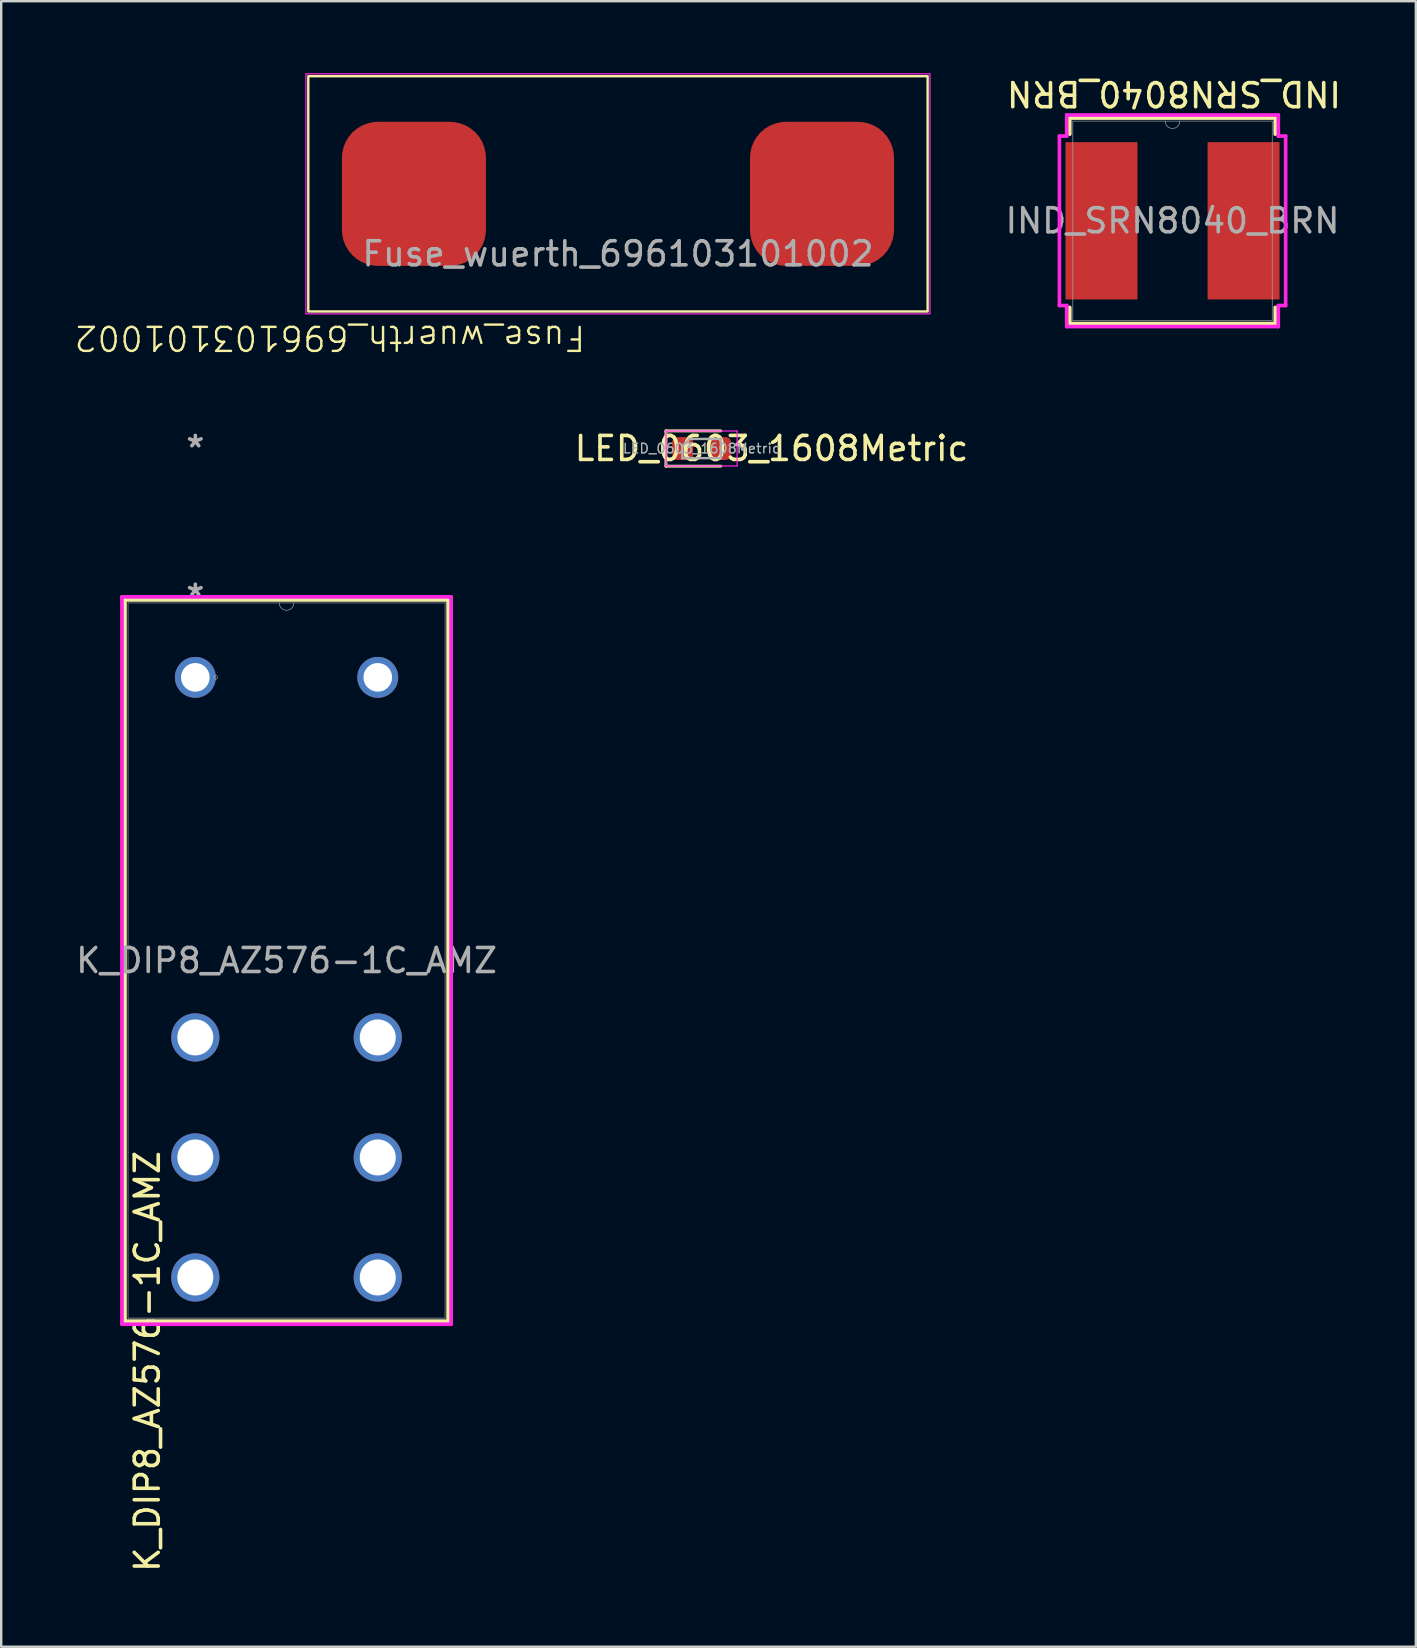
<source format=kicad_pcb>
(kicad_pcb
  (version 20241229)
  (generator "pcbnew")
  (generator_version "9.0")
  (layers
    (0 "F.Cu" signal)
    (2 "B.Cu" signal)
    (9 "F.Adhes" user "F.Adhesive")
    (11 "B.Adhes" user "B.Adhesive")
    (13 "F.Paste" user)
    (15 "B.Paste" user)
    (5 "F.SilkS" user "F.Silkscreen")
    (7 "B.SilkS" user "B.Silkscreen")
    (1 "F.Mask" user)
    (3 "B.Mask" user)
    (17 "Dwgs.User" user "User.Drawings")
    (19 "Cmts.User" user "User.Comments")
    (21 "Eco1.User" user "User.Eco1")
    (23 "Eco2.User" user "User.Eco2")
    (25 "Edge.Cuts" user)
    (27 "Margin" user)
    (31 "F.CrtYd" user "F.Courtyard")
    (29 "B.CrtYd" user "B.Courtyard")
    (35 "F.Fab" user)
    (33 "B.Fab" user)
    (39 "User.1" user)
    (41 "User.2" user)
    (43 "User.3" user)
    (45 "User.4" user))
  (footprint "Fuse_wuerth_696103101002"
    (layer "F.Cu")
    (at 22.693 5.025)
    (property "Reference" "Fuse_wuerth_696103101002" (at -12 6 180) (unlocked yes) (layer "F.SilkS") (effects (font (size 1 1) (thickness 0.1))))
    (attr smd)
    (fp_rect (start -12.9 -4.9) (end 12.9 4.9) (stroke (width 0.1) (type default)) (fill no) (layer "F.SilkS"))
    (fp_rect (start -13 -5) (end 13 5) (stroke (width 0.05) (type default)) (fill no) (layer "F.CrtYd"))
    (fp_text user "${REFERENCE}" (at 0 2.5 0) (unlocked yes) (layer "F.Fab") (effects (font (size 1 1) (thickness 0.15))))
    (pad "1" smd roundrect (at -8.5 0) (size 6 6) (layers "F.Cu" "F.Mask" "F.Paste") (roundrect_rratio 0.25))
    (pad "2" smd roundrect (at 8.5 0) (size 6 6) (layers "F.Cu" "F.Mask" "F.Paste") (roundrect_rratio 0.25)))
  (footprint "IND_SRN8040_BRN"
    (layer "F.Cu")
    (at 45.795 6.148)
    (property "Reference" "IND_SRN8040_BRN" (at 0.059 -5.3 180) (unlocked yes) (layer "F.SilkS") (effects (font (size 1 1) (thickness 0.15))))
    (attr smd)
    (fp_line (start -4.28 -4.28) (end -4.28 -3.609) (stroke (width 0.152) (type solid)) (layer "F.SilkS"))
    (fp_line (start -4.28 3.609) (end -4.28 4.28) (stroke (width 0.152) (type solid)) (layer "F.SilkS"))
    (fp_line (start -4.28 4.28) (end 4.28 4.28) (stroke (width 0.152) (type solid)) (layer "F.SilkS"))
    (fp_line (start 4.28 -4.28) (end -4.28 -4.28) (stroke (width 0.152) (type solid)) (layer "F.SilkS"))
    (fp_line (start 4.28 -3.609) (end 4.28 -4.28) (stroke (width 0.152) (type solid)) (layer "F.SilkS"))
    (fp_line (start 4.28 4.28) (end 4.28 3.609) (stroke (width 0.152) (type solid)) (layer "F.SilkS"))
    (fp_line (start -4.712 -3.531) (end -4.407 -3.531) (stroke (width 0.152) (type solid)) (layer "F.CrtYd"))
    (fp_line (start -4.712 3.531) (end -4.712 -3.531) (stroke (width 0.152) (type solid)) (layer "F.CrtYd"))
    (fp_line (start -4.712 3.531) (end -4.407 3.531) (stroke (width 0.152) (type solid)) (layer "F.CrtYd"))
    (fp_line (start -4.407 -4.407) (end 4.407 -4.407) (stroke (width 0.152) (type solid)) (layer "F.CrtYd"))
    (fp_line (start -4.407 -3.531) (end -4.407 -4.407) (stroke (width 0.152) (type solid)) (layer "F.CrtYd"))
    (fp_line (start -4.407 4.407) (end -4.407 3.531) (stroke (width 0.152) (type solid)) (layer "F.CrtYd"))
    (fp_line (start 4.407 -4.407) (end 4.407 -3.531) (stroke (width 0.152) (type solid)) (layer "F.CrtYd"))
    (fp_line (start 4.407 3.531) (end 4.407 4.407) (stroke (width 0.152) (type solid)) (layer "F.CrtYd"))
    (fp_line (start 4.407 4.407) (end -4.407 4.407) (stroke (width 0.152) (type solid)) (layer "F.CrtYd"))
    (fp_line (start 4.712 -3.531) (end 4.407 -3.531) (stroke (width 0.152) (type solid)) (layer "F.CrtYd"))
    (fp_line (start 4.712 -3.531) (end 4.712 3.531) (stroke (width 0.152) (type solid)) (layer "F.CrtYd"))
    (fp_line (start 4.712 3.531) (end 4.407 3.531) (stroke (width 0.152) (type solid)) (layer "F.CrtYd"))
    (fp_line (start -4.153 -4.153) (end -4.153 4.153) (stroke (width 0.025) (type solid)) (layer "F.Fab"))
    (fp_line (start -4.153 4.153) (end 4.153 4.153) (stroke (width 0.025) (type solid)) (layer "F.Fab"))
    (fp_line (start 4.153 -4.153) (end -4.153 -4.153) (stroke (width 0.025) (type solid)) (layer "F.Fab"))
    (fp_line (start 4.153 4.153) (end 4.153 -4.153) (stroke (width 0.025) (type solid)) (layer "F.Fab"))
    (fp_arc (start 0.3048 -4.1529) (mid 0 -3.848101) (end -0.3048 -4.1529) (stroke (width 0.0254) (type solid)) (layer "F.Fab"))
    (fp_circle (center -1.46 0) (end -1.384 0) (stroke (width 0.025) (type solid)) (fill no) (layer "F.Fab"))
    (fp_text user "${REFERENCE}" (at 0 0 0) (unlocked yes) (layer "F.Fab") (effects (font (size 1 1) (thickness 0.15))))
    (pad "1" smd rect (at -2.959 0) (size 2.997 6.553) (layers "F.Cu" "F.Mask" "F.Paste"))
    (pad "2" smd rect (at 2.959 0) (size 2.997 6.553) (layers "F.Cu" "F.Mask" "F.Paste")))
  (footprint "K_DIP8_AZ576-1C_AMZ"
    (layer "F.Cu")
    (at 5.087 25.167)
    (property "Reference" "K_DIP8_AZ576-1C_AMZ" (at -2 28.497 90) (unlocked yes) (layer "F.SilkS") (effects (font (size 1 1) (thickness 0.15))))
    (attr through_hole)
    (fp_line (start -2.931 -3.227) (end -2.931 26.821) (stroke (width 0.152) (type solid)) (layer "F.SilkS"))
    (fp_line (start -2.931 26.821) (end 10.531 26.821) (stroke (width 0.152) (type solid)) (layer "F.SilkS"))
    (fp_line (start 10.531 -3.227) (end -2.931 -3.227) (stroke (width 0.152) (type solid)) (layer "F.SilkS"))
    (fp_line (start 10.531 26.821) (end 10.531 -3.227) (stroke (width 0.152) (type solid)) (layer "F.SilkS"))
    (fp_line (start -3.058 -3.354) (end 10.658 -3.354) (stroke (width 0.152) (type solid)) (layer "F.CrtYd"))
    (fp_line (start -3.058 26.948) (end -3.058 -3.354) (stroke (width 0.152) (type solid)) (layer "F.CrtYd"))
    (fp_line (start 10.658 -3.354) (end 10.658 26.948) (stroke (width 0.152) (type solid)) (layer "F.CrtYd"))
    (fp_line (start 10.658 26.948) (end -3.058 26.948) (stroke (width 0.152) (type solid)) (layer "F.CrtYd"))
    (fp_line (start -2.804 -3.1) (end -2.804 26.694) (stroke (width 0.025) (type solid)) (layer "F.Fab"))
    (fp_line (start -2.804 26.694) (end 10.404 26.694) (stroke (width 0.025) (type solid)) (layer "F.Fab"))
    (fp_line (start 10.404 -3.1) (end -2.804 -3.1) (stroke (width 0.025) (type solid)) (layer "F.Fab"))
    (fp_line (start 10.404 26.694) (end 10.404 -3.1) (stroke (width 0.025) (type solid)) (layer "F.Fab"))
    (fp_arc (start 4.1048 -3.099999) (mid 3.8 -2.795199) (end 3.4952 -3.099999) (stroke (width 0.0254) (type solid)) (layer "F.Fab"))
    (fp_circle (center 0.851 0) (end 0.927 0) (stroke (width 0.025) (type solid)) (fill no) (layer "F.Fab"))
    (fp_text user "*" (at 0 -9.533 0) (unlocked yes) (layer "F.Fab") (effects (font (size 1 1) (thickness 0.15))))
    (fp_text user "${REFERENCE}" (at 3.8 11.797 0) (unlocked yes) (layer "F.Fab") (effects (font (size 1 1) (thickness 0.15))))
    (fp_text user "*" (at 0 -3.333 0) (unlocked yes) (layer "F.Fab") (effects (font (size 1 1) (thickness 0.15))))
    (pad "1" thru_hole circle (at 0 0) (size 1.702 1.702) (drill 1.194) (layers "*.Cu" "*.Mask"))
    (pad "2" thru_hole circle (at 7.6 0) (size 1.702 1.702) (drill 1.194) (layers "*.Cu" "*.Mask"))
    (pad "3" thru_hole circle (at 0 15) (size 2.007 2.007) (drill 1.499) (layers "*.Cu" "*.Mask"))
    (pad "3" thru_hole circle (at 7.6 15) (size 2.007 2.007) (drill 1.499) (layers "*.Cu" "*.Mask"))
    (pad "4" thru_hole circle (at 0 20) (size 2.007 2.007) (drill 1.499) (layers "*.Cu" "*.Mask"))
    (pad "4" thru_hole circle (at 7.6 20) (size 2.007 2.007) (drill 1.499) (layers "*.Cu" "*.Mask"))
    (pad "5" thru_hole circle (at 0 25) (size 2.007 2.007) (drill 1.499) (layers "*.Cu" "*.Mask"))
    (pad "5" thru_hole circle (at 7.6 25) (size 2.007 2.007) (drill 1.499) (layers "*.Cu" "*.Mask")))
  (footprint "LED_0603_1608Metric"
    (layer "F.Cu")
    (at 26.177 15.634)
    (property "Reference" "LED_0603_1608Metric" (at 2.912 0 180) (layer "F.SilkS") (effects (font (size 1 1) (thickness 0.15))))
    (attr smd)
    (fp_line (start -1.485 -0.735) (end -1.485 0.735) (stroke (width 0.12) (type solid)) (layer "F.SilkS"))
    (fp_line (start -1.485 0.735) (end 0.8 0.735) (stroke (width 0.12) (type solid)) (layer "F.SilkS"))
    (fp_line (start 0.8 -0.735) (end -1.485 -0.735) (stroke (width 0.12) (type solid)) (layer "F.SilkS"))
    (fp_line (start -1.48 -0.73) (end 1.48 -0.73) (stroke (width 0.05) (type solid)) (layer "F.CrtYd"))
    (fp_line (start -1.48 0.73) (end -1.48 -0.73) (stroke (width 0.05) (type solid)) (layer "F.CrtYd"))
    (fp_line (start 1.48 -0.73) (end 1.48 0.73) (stroke (width 0.05) (type solid)) (layer "F.CrtYd"))
    (fp_line (start 1.48 0.73) (end -1.48 0.73) (stroke (width 0.05) (type solid)) (layer "F.CrtYd"))
    (fp_line (start -0.8 -0.1) (end -0.8 0.4) (stroke (width 0.1) (type solid)) (layer "F.Fab"))
    (fp_line (start -0.8 0.4) (end 0.8 0.4) (stroke (width 0.1) (type solid)) (layer "F.Fab"))
    (fp_line (start -0.5 -0.4) (end -0.8 -0.1) (stroke (width 0.1) (type solid)) (layer "F.Fab"))
    (fp_line (start 0.8 -0.4) (end -0.5 -0.4) (stroke (width 0.1) (type solid)) (layer "F.Fab"))
    (fp_line (start 0.8 0.4) (end 0.8 -0.4) (stroke (width 0.1) (type solid)) (layer "F.Fab"))
    (fp_text user "${REFERENCE}" (at 0 0 180) (layer "F.Fab") (effects (font (size 0.4 0.4) (thickness 0.06))))
    (pad "1" smd roundrect (at -0.788 0) (size 0.875 0.95) (layers "F.Cu" "F.Mask" "F.Paste") (roundrect_rratio 0.25))
    (pad "2" smd roundrect (at 0.788 0) (size 0.875 0.95) (layers "F.Cu" "F.Mask" "F.Paste") (roundrect_rratio 0.25)))
  (gr_rect
    (start -3 -3)
    (end 55.932 65.551)
    (stroke (width 0.1) (type default))
    (fill no)
    (layer "Edge.Cuts")))
</source>
